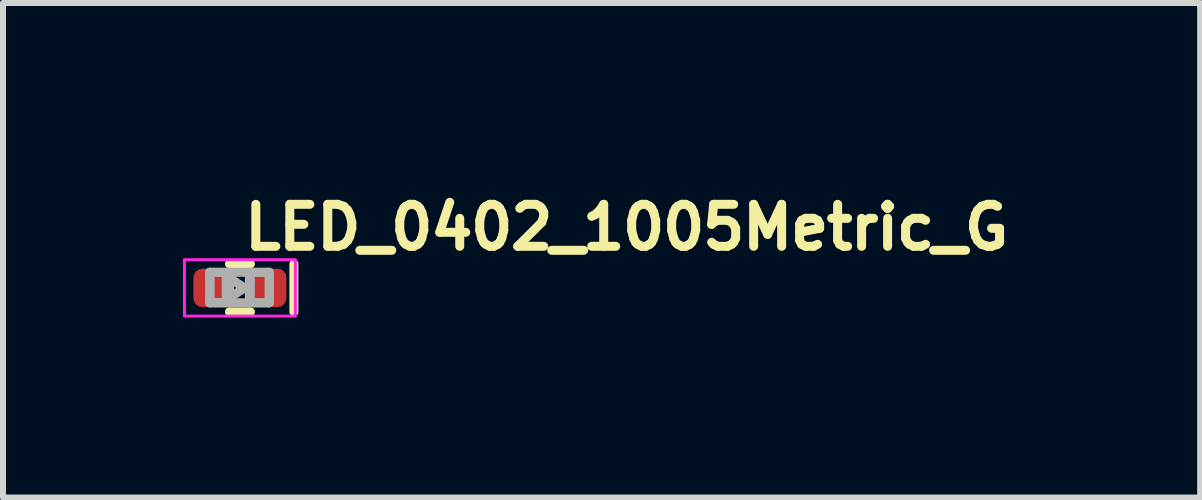
<source format=kicad_pcb>
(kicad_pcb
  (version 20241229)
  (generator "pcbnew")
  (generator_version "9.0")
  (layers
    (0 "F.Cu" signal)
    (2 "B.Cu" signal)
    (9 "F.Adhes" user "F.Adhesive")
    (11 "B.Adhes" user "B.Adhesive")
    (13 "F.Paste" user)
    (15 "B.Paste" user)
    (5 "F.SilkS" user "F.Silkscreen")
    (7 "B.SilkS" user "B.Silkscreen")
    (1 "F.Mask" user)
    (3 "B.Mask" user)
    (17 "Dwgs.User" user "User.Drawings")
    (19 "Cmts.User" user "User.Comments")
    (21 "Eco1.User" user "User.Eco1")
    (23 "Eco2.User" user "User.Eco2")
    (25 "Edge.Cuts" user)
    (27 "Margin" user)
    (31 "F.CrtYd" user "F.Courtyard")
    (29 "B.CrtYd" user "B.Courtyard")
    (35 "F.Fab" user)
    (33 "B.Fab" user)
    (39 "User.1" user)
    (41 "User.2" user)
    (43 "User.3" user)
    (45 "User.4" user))
  (footprint "LED_0402_1005Metric_G"
    (layer "F.Cu")
    (at 0.95 1.75)
    (property "Reference" "LED_0402_1005Metric_G" (at 0 -0.6 0) (unlocked yes) (layer "F.SilkS") (effects (font (size 0.7 0.7) (thickness 0.15)) (justify left bottom)))
    (attr smd)
    (fp_line (start -0.175 -0.4) (end 0.175 -0.4) (stroke (width 0.15) (type solid)) (layer "F.SilkS"))
    (fp_line (start -0.175 0.4) (end 0.175 0.4) (stroke (width 0.15) (type solid)) (layer "F.SilkS"))
    (fp_line (start 0.9 -0.4) (end 0.9 0.4) (stroke (width 0.15) (type solid)) (layer "F.SilkS"))
    (fp_rect (start -0.925 -0.47) (end 0.925 0.47) (stroke (width 0.05) (type default)) (fill no) (layer "F.CrtYd"))
    (fp_line (start -0.501 -0.26) (end -0.501 0.248) (stroke (width 0.15) (type solid)) (layer "F.Fab"))
    (fp_line (start -0.501 -0.26) (end -0.501 0.248) (stroke (width 0.15) (type solid)) (layer "F.Fab"))
    (fp_line (start -0.501 0.248) (end -0.172 0.248) (stroke (width 0.15) (type solid)) (layer "F.Fab"))
    (fp_line (start -0.501 0.248) (end 0.489 0.248) (stroke (width 0.15) (type solid)) (layer "F.Fab"))
    (fp_line (start -0.228 -0.202) (end -0.228 0) (stroke (width 0.15) (type solid)) (layer "F.Fab"))
    (fp_line (start -0.228 0) (end -0.228 0.202) (stroke (width 0.15) (type solid)) (layer "F.Fab"))
    (fp_line (start -0.228 0.202) (end 0.074 0) (stroke (width 0.15) (type solid)) (layer "F.Fab"))
    (fp_line (start -0.172 -0.26) (end -0.501 -0.26) (stroke (width 0.15) (type solid)) (layer "F.Fab"))
    (fp_line (start -0.172 0.248) (end -0.172 -0.26) (stroke (width 0.15) (type solid)) (layer "F.Fab"))
    (fp_line (start 0.074 0) (end -0.228 -0.202) (stroke (width 0.15) (type solid)) (layer "F.Fab"))
    (fp_line (start 0.158 -0.26) (end 0.158 0.248) (stroke (width 0.15) (type solid)) (layer "F.Fab"))
    (fp_line (start 0.158 0.248) (end 0.489 0.248) (stroke (width 0.15) (type solid)) (layer "F.Fab"))
    (fp_line (start 0.173 -0.202) (end 0.173 -0.102) (stroke (width 0.15) (type solid)) (layer "F.Fab"))
    (fp_line (start 0.173 0.202) (end 0.173 -0.102) (stroke (width 0.15) (type solid)) (layer "F.Fab"))
    (fp_line (start 0.489 -0.26) (end -0.501 -0.26) (stroke (width 0.15) (type solid)) (layer "F.Fab"))
    (fp_line (start 0.489 -0.26) (end 0.158 -0.26) (stroke (width 0.15) (type solid)) (layer "F.Fab"))
    (fp_line (start 0.489 0.248) (end 0.489 -0.26) (stroke (width 0.15) (type solid)) (layer "F.Fab"))
    (fp_line (start 0.489 0.248) (end 0.489 -0.26) (stroke (width 0.15) (type solid)) (layer "F.Fab"))
    (fp_rect (start -0.5 -0.25) (end 0.498 0.248) (stroke (width 0.1) (type solid)) (fill no) (layer "User.5"))
    (fp_line (start -0.5 -0.25) (end -0.5 0.248) (stroke (width 0.02) (type solid)) (layer "User.9"))
    (fp_line (start -0.5 0.248) (end 0.498 0.248) (stroke (width 0.02) (type solid)) (layer "User.9"))
    (fp_line (start 0.498 -0.25) (end -0.5 -0.25) (stroke (width 0.02) (type solid)) (layer "User.9"))
    (fp_line (start 0.498 0.248) (end 0.498 -0.25) (stroke (width 0.02) (type solid)) (layer "User.9"))
    (pad "1" smd roundrect (at -0.48 0) (size 0.59 0.64) (layers "F.Cu" "F.Mask" "F.Paste") (roundrect_rratio 0.25))
    (pad "2" smd roundrect (at 0.48 0) (size 0.59 0.64) (layers "F.Cu" "F.Mask" "F.Paste") (roundrect_rratio 0.25)))
  (gr_rect
    (start -3 -3)
    (end 16.96 5.245)
    (stroke (width 0.1) (type default))
    (fill no)
    (layer "Edge.Cuts")))
</source>
